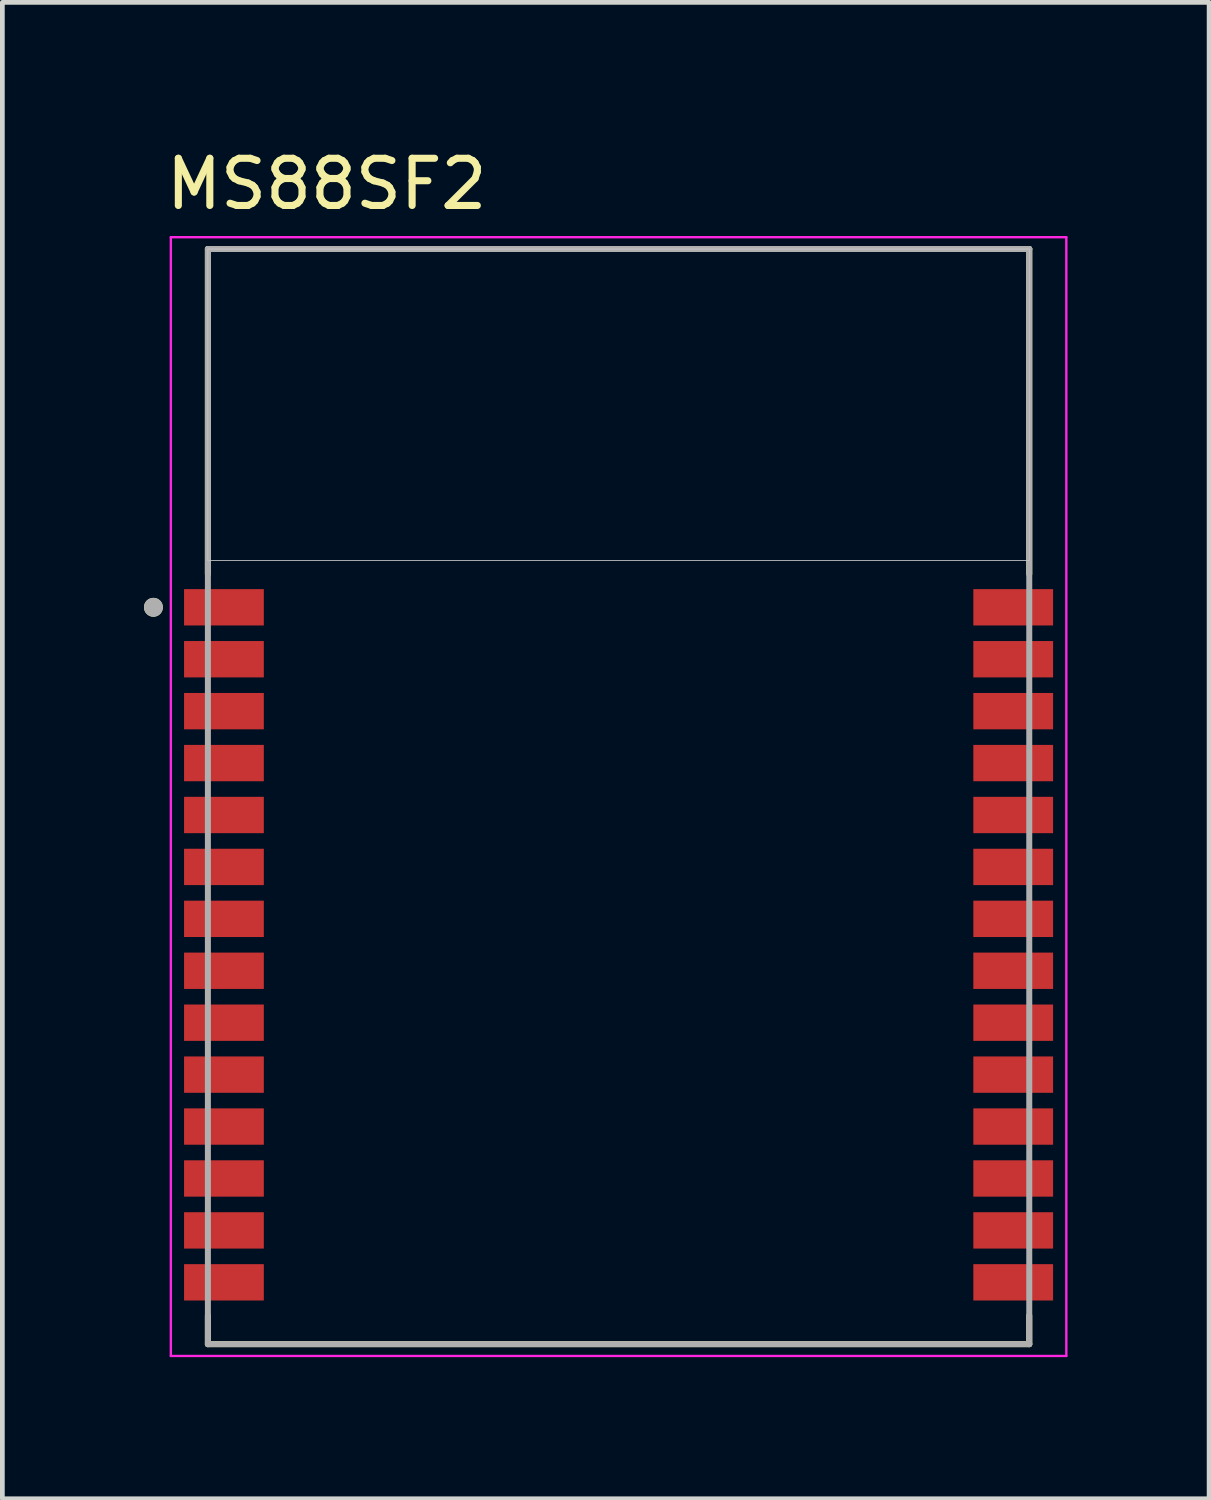
<source format=kicad_pcb>
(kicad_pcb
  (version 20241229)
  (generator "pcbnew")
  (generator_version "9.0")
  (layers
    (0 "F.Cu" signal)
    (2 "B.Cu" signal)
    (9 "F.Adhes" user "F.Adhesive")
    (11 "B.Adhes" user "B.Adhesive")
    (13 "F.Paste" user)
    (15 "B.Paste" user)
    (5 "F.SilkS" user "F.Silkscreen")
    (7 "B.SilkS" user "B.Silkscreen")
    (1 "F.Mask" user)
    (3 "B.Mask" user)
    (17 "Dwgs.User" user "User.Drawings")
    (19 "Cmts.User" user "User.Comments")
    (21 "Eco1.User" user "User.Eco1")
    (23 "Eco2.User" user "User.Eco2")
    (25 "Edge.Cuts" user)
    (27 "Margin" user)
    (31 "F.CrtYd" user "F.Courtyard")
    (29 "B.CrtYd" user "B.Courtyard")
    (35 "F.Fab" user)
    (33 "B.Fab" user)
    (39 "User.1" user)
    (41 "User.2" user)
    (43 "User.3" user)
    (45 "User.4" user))
  (footprint "MS88SF2"
    (layer "F.Cu")
    (at 10.054 13.825)
    (property "Reference" "MS88SF2" (at -6.183 -12.977 0) (layer "F.SilkS") (effects (font (size 1 1) (thickness 0.15))))
    (attr through_hole)
    (fp_line (start -8.7 -11.6) (end 8.7 -11.6) (stroke (width 0.127) (type solid)) (layer "F.SilkS"))
    (fp_line (start -8.7 -4.715) (end -8.7 -11.6) (stroke (width 0.127) (type solid)) (layer "F.SilkS"))
    (fp_line (start -8.7 11.6) (end -8.7 10.995) (stroke (width 0.127) (type solid)) (layer "F.SilkS"))
    (fp_line (start 8.7 -11.6) (end 8.7 -4.715) (stroke (width 0.127) (type solid)) (layer "F.SilkS"))
    (fp_line (start 8.7 11.6) (end -8.7 11.6) (stroke (width 0.127) (type solid)) (layer "F.SilkS"))
    (fp_line (start 8.7 11.6) (end 8.7 10.995) (stroke (width 0.127) (type solid)) (layer "F.SilkS"))
    (fp_circle (center -9.854 -4.01) (end -9.754 -4.01) (stroke (width 0.2) (type solid)) (fill no) (layer "F.SilkS"))
    (fp_poly (pts (xy -8.7 -11.6) (xy 8.7 -11.6) (xy 8.7 -5) (xy -8.7 -5)) (stroke (width 0.01) (type solid)) (fill no) (layer "Dwgs.User"))
    (fp_poly (pts (xy -8.7 -11.6) (xy 8.7 -11.6) (xy 8.7 -5) (xy -8.7 -5)) (stroke (width 0.01) (type solid)) (fill no) (layer "Dwgs.User"))
    (fp_poly (pts (xy -8.7 -11.6) (xy 8.7 -11.6) (xy 8.7 -5) (xy -8.7 -5)) (stroke (width 0.01) (type solid)) (fill no) (layer "Dwgs.User"))
    (fp_line (start -9.485 -11.85) (end -9.485 11.85) (stroke (width 0.05) (type solid)) (layer "F.CrtYd"))
    (fp_line (start -9.485 11.85) (end 9.485 11.85) (stroke (width 0.05) (type solid)) (layer "F.CrtYd"))
    (fp_line (start 9.485 -11.85) (end -9.485 -11.85) (stroke (width 0.05) (type solid)) (layer "F.CrtYd"))
    (fp_line (start 9.485 11.85) (end 9.485 -11.85) (stroke (width 0.05) (type solid)) (layer "F.CrtYd"))
    (fp_line (start -8.7 -11.6) (end 8.7 -11.6) (stroke (width 0.127) (type solid)) (layer "F.Fab"))
    (fp_line (start -8.7 11.6) (end -8.7 -11.6) (stroke (width 0.127) (type solid)) (layer "F.Fab"))
    (fp_line (start 8.7 -11.6) (end 8.7 11.6) (stroke (width 0.127) (type solid)) (layer "F.Fab"))
    (fp_line (start 8.7 11.6) (end -8.7 11.6) (stroke (width 0.127) (type solid)) (layer "F.Fab"))
    (fp_circle (center -9.854 -4.01) (end -9.754 -4.01) (stroke (width 0.2) (type solid)) (fill no) (layer "F.Fab"))
    (pad "1" smd rect (at -8.36 -4.01) (size 1.69 0.77) (layers "F.Cu" "F.Mask" "F.Paste"))
    (pad "2" smd rect (at -8.36 -2.91) (size 1.69 0.77) (layers "F.Cu" "F.Mask" "F.Paste"))
    (pad "3" smd rect (at -8.36 -1.81) (size 1.69 0.77) (layers "F.Cu" "F.Mask" "F.Paste"))
    (pad "4" smd rect (at -8.36 -0.71) (size 1.69 0.77) (layers "F.Cu" "F.Mask" "F.Paste"))
    (pad "5" smd rect (at -8.36 0.39) (size 1.69 0.77) (layers "F.Cu" "F.Mask" "F.Paste"))
    (pad "6" smd rect (at -8.36 1.49) (size 1.69 0.77) (layers "F.Cu" "F.Mask" "F.Paste"))
    (pad "7" smd rect (at -8.36 2.59) (size 1.69 0.77) (layers "F.Cu" "F.Mask" "F.Paste"))
    (pad "8" smd rect (at -8.36 3.69) (size 1.69 0.77) (layers "F.Cu" "F.Mask" "F.Paste"))
    (pad "9" smd rect (at -8.36 4.79) (size 1.69 0.77) (layers "F.Cu" "F.Mask" "F.Paste"))
    (pad "10" smd rect (at -8.36 5.89) (size 1.69 0.77) (layers "F.Cu" "F.Mask" "F.Paste"))
    (pad "11" smd rect (at -8.36 6.99) (size 1.69 0.77) (layers "F.Cu" "F.Mask" "F.Paste"))
    (pad "12" smd rect (at -8.36 8.09) (size 1.69 0.77) (layers "F.Cu" "F.Mask" "F.Paste"))
    (pad "13" smd rect (at -8.36 9.19) (size 1.69 0.77) (layers "F.Cu" "F.Mask" "F.Paste"))
    (pad "14" smd rect (at -8.36 10.29) (size 1.69 0.77) (layers "F.Cu" "F.Mask" "F.Paste"))
    (pad "15" smd rect (at 8.36 10.29) (size 1.69 0.77) (layers "F.Cu" "F.Mask" "F.Paste"))
    (pad "16" smd rect (at 8.36 9.19) (size 1.69 0.77) (layers "F.Cu" "F.Mask" "F.Paste"))
    (pad "17" smd rect (at 8.36 8.09) (size 1.69 0.77) (layers "F.Cu" "F.Mask" "F.Paste"))
    (pad "18" smd rect (at 8.36 6.99) (size 1.69 0.77) (layers "F.Cu" "F.Mask" "F.Paste"))
    (pad "19" smd rect (at 8.36 5.89) (size 1.69 0.77) (layers "F.Cu" "F.Mask" "F.Paste"))
    (pad "20" smd rect (at 8.36 4.79) (size 1.69 0.77) (layers "F.Cu" "F.Mask" "F.Paste"))
    (pad "21" smd rect (at 8.36 3.69) (size 1.69 0.77) (layers "F.Cu" "F.Mask" "F.Paste"))
    (pad "22" smd rect (at 8.36 2.59) (size 1.69 0.77) (layers "F.Cu" "F.Mask" "F.Paste"))
    (pad "23" smd rect (at 8.36 1.49) (size 1.69 0.77) (layers "F.Cu" "F.Mask" "F.Paste"))
    (pad "24" smd rect (at 8.36 0.39) (size 1.69 0.77) (layers "F.Cu" "F.Mask" "F.Paste"))
    (pad "25" smd rect (at 8.36 -0.71) (size 1.69 0.77) (layers "F.Cu" "F.Mask" "F.Paste"))
    (pad "26" smd rect (at 8.36 -1.81) (size 1.69 0.77) (layers "F.Cu" "F.Mask" "F.Paste"))
    (pad "27" smd rect (at 8.36 -2.91) (size 1.69 0.77) (layers "F.Cu" "F.Mask" "F.Paste"))
    (pad "28" smd rect (at 8.36 -4.01) (size 1.69 0.77) (layers "F.Cu" "F.Mask" "F.Paste")))
  (gr_rect
    (start -3 -3)
    (end 22.564 28.7)
    (stroke (width 0.1) (type default))
    (fill no)
    (layer "Edge.Cuts")))
</source>
